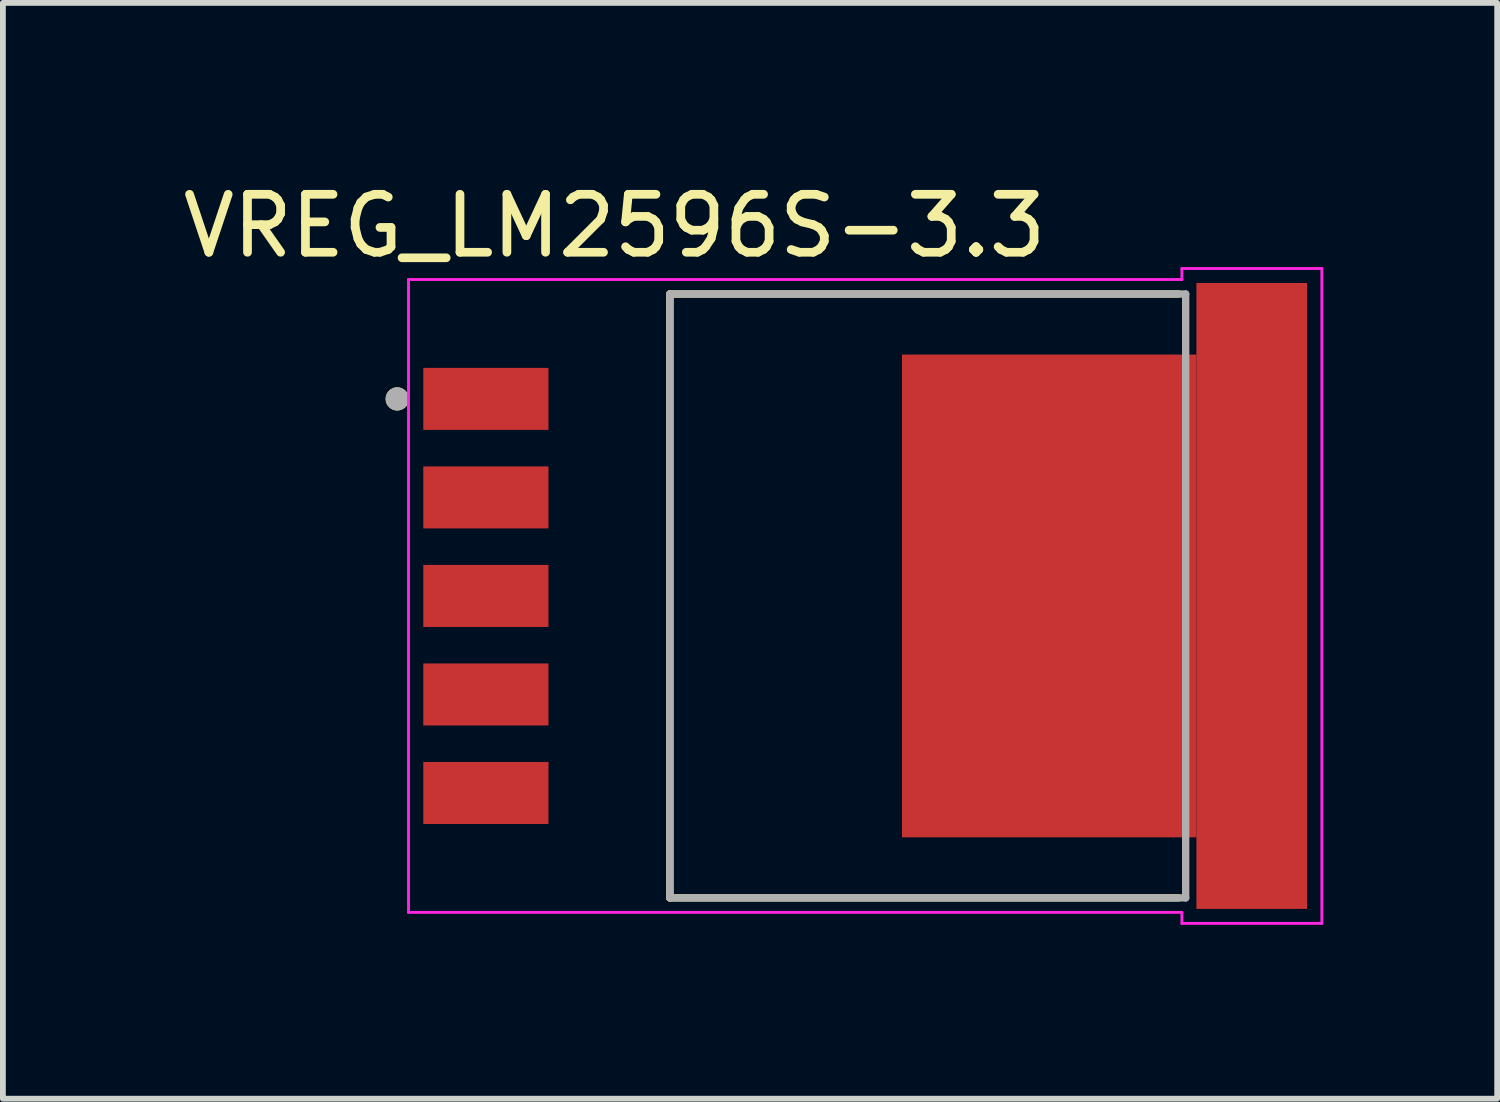
<source format=kicad_pcb>
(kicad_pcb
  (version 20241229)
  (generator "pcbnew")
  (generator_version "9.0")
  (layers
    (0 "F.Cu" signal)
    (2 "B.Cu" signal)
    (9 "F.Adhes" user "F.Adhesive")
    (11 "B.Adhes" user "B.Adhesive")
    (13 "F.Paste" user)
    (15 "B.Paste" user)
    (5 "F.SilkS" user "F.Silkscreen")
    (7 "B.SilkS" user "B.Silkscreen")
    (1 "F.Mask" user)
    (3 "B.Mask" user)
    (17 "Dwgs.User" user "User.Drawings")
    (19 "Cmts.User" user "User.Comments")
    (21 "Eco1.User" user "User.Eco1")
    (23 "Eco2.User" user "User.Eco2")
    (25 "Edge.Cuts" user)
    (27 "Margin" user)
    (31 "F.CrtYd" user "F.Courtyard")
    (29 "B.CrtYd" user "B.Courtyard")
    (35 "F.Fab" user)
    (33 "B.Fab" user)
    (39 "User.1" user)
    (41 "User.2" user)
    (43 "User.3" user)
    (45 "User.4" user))
  (footprint "VREG_LM2596S-3.3"
    (layer "F.Cu")
    (at 11.879 7.233)
    (property "Reference" "VREG_LM2596S-3.3" (at -4.325 -6.385 0) (layer "F.SilkS") (effects (font (size 1 1) (thickness 0.15))))
    (attr smd)
    (fp_line (start -3.37 -5.21) (end -3.37 5.21) (stroke (width 0.127) (type solid)) (layer "F.SilkS"))
    (fp_line (start -3.37 -5.21) (end 5.402 -5.21) (stroke (width 0.127) (type solid)) (layer "F.SilkS"))
    (fp_line (start -3.37 5.21) (end 5.402 5.21) (stroke (width 0.127) (type solid)) (layer "F.SilkS"))
    (fp_circle (center -8.075 -3.4) (end -7.975 -3.4) (stroke (width 0.2) (type solid)) (fill no) (layer "F.SilkS"))
    (fp_poly (pts (xy 1.005 -3.93) (xy 2.595 -3.93) (xy 2.595 -2.71) (xy 1.005 -2.71)) (stroke (width 0.01) (type solid)) (fill yes) (layer "F.Paste"))
    (fp_poly (pts (xy 1.005 -2.27) (xy 2.595 -2.27) (xy 2.595 -1.05) (xy 1.005 -1.05)) (stroke (width 0.01) (type solid)) (fill yes) (layer "F.Paste"))
    (fp_poly (pts (xy 1.005 -0.61) (xy 2.595 -0.61) (xy 2.595 0.61) (xy 1.005 0.61)) (stroke (width 0.01) (type solid)) (fill yes) (layer "F.Paste"))
    (fp_poly (pts (xy 1.005 1.05) (xy 2.595 1.05) (xy 2.595 2.27) (xy 1.005 2.27)) (stroke (width 0.01) (type solid)) (fill yes) (layer "F.Paste"))
    (fp_poly (pts (xy 1.005 2.71) (xy 2.595 2.71) (xy 2.595 3.93) (xy 1.005 3.93)) (stroke (width 0.01) (type solid)) (fill yes) (layer "F.Paste"))
    (fp_poly (pts (xy 3.335 -3.93) (xy 4.925 -3.93) (xy 4.925 -2.71) (xy 3.335 -2.71)) (stroke (width 0.01) (type solid)) (fill yes) (layer "F.Paste"))
    (fp_poly (pts (xy 3.335 -2.27) (xy 4.925 -2.27) (xy 4.925 -1.05) (xy 3.335 -1.05)) (stroke (width 0.01) (type solid)) (fill yes) (layer "F.Paste"))
    (fp_poly (pts (xy 3.335 -0.61) (xy 4.925 -0.61) (xy 4.925 0.61) (xy 3.335 0.61)) (stroke (width 0.01) (type solid)) (fill yes) (layer "F.Paste"))
    (fp_poly (pts (xy 3.335 1.05) (xy 4.925 1.05) (xy 4.925 2.27) (xy 3.335 2.27)) (stroke (width 0.01) (type solid)) (fill yes) (layer "F.Paste"))
    (fp_poly (pts (xy 3.335 2.71) (xy 4.925 2.71) (xy 4.925 3.93) (xy 3.335 3.93)) (stroke (width 0.01) (type solid)) (fill yes) (layer "F.Paste"))
    (fp_poly (pts (xy 5.665 -3.93) (xy 7.255 -3.93) (xy 7.255 -2.71) (xy 5.665 -2.71)) (stroke (width 0.01) (type solid)) (fill yes) (layer "F.Paste"))
    (fp_poly (pts (xy 5.665 -2.27) (xy 7.255 -2.27) (xy 7.255 -1.05) (xy 5.665 -1.05)) (stroke (width 0.01) (type solid)) (fill yes) (layer "F.Paste"))
    (fp_poly (pts (xy 5.665 -0.61) (xy 7.255 -0.61) (xy 7.255 0.61) (xy 5.665 0.61)) (stroke (width 0.01) (type solid)) (fill yes) (layer "F.Paste"))
    (fp_poly (pts (xy 5.665 1.05) (xy 7.255 1.05) (xy 7.255 2.27) (xy 5.665 2.27)) (stroke (width 0.01) (type solid)) (fill yes) (layer "F.Paste"))
    (fp_poly (pts (xy 5.665 2.71) (xy 7.255 2.71) (xy 7.255 3.93) (xy 5.665 3.93)) (stroke (width 0.01) (type solid)) (fill yes) (layer "F.Paste"))
    (fp_line (start -7.88 -5.46) (end -7.88 5.46) (stroke (width 0.05) (type solid)) (layer "F.CrtYd"))
    (fp_line (start -7.88 5.46) (end 5.465 5.46) (stroke (width 0.05) (type solid)) (layer "F.CrtYd"))
    (fp_line (start 5.465 -5.65) (end 5.465 -5.46) (stroke (width 0.05) (type solid)) (layer "F.CrtYd"))
    (fp_line (start 5.465 -5.46) (end -7.88 -5.46) (stroke (width 0.05) (type solid)) (layer "F.CrtYd"))
    (fp_line (start 5.465 5.46) (end 5.465 5.65) (stroke (width 0.05) (type solid)) (layer "F.CrtYd"))
    (fp_line (start 5.465 5.65) (end 7.88 5.65) (stroke (width 0.05) (type solid)) (layer "F.CrtYd"))
    (fp_line (start 7.88 -5.65) (end 5.465 -5.65) (stroke (width 0.05) (type solid)) (layer "F.CrtYd"))
    (fp_line (start 7.88 5.65) (end 7.88 -5.65) (stroke (width 0.05) (type solid)) (layer "F.CrtYd"))
    (fp_line (start -3.37 -5.21) (end -3.37 5.21) (stroke (width 0.127) (type solid)) (layer "F.Fab"))
    (fp_line (start -3.37 5.21) (end 5.53 5.21) (stroke (width 0.127) (type solid)) (layer "F.Fab"))
    (fp_line (start 5.53 -5.21) (end -3.37 -5.21) (stroke (width 0.127) (type solid)) (layer "F.Fab"))
    (fp_line (start 5.53 5.21) (end 5.53 -5.21) (stroke (width 0.127) (type solid)) (layer "F.Fab"))
    (fp_circle (center -8.075 -3.4) (end -7.975 -3.4) (stroke (width 0.2) (type solid)) (fill no) (layer "F.Fab"))
    (pad "1" smd rect (at -6.545 -3.4) (size 2.16 1.07) (layers "F.Cu" "F.Mask" "F.Paste"))
    (pad "2" smd rect (at -6.545 -1.7) (size 2.16 1.07) (layers "F.Cu" "F.Mask" "F.Paste"))
    (pad "3" smd rect (at -6.545 0) (size 2.16 1.07) (layers "F.Cu" "F.Mask" "F.Paste"))
    (pad "4" smd rect (at -6.545 1.7) (size 2.16 1.07) (layers "F.Cu" "F.Mask" "F.Paste"))
    (pad "5" smd rect (at -6.545 3.4) (size 2.16 1.07) (layers "F.Cu" "F.Mask" "F.Paste"))
    (pad "6" smd rect (at 3.175 0) (size 5.08 8.33) (layers "F.Cu" "F.Mask"))
    (pad "7" smd rect (at 6.67 0) (size 1.91 10.8) (layers "F.Cu" "F.Mask")))
  (gr_rect
    (start -3 -3)
    (end 22.784 15.908)
    (stroke (width 0.1) (type default))
    (fill no)
    (layer "Edge.Cuts")))
</source>
